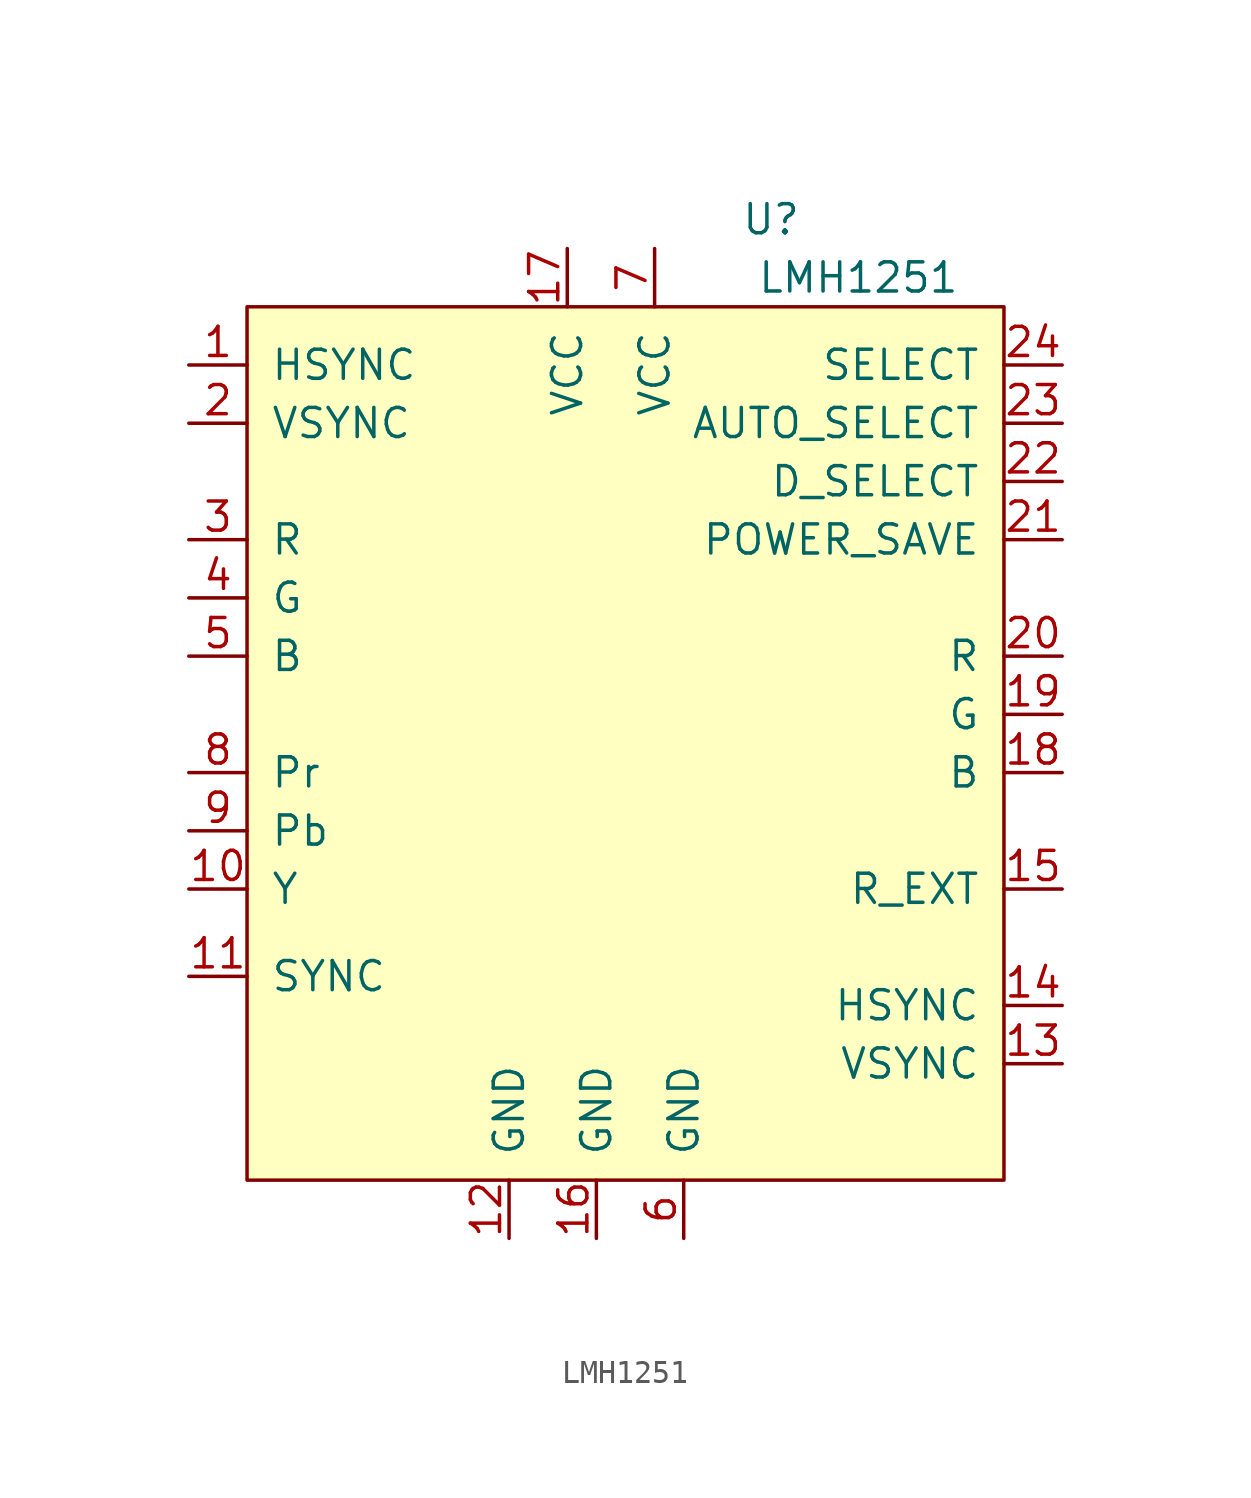
<source format=kicad_sym>
(kicad_symbol_lib
  (version 20211014)
  (generator kicad_symbol_editor)
  (symbol "LMH1251"
    (pin_names
      (offset 1.016))
    (property "Reference" "U"
      (at 6.35 11.43 0)
      (effects (font (size 1.27 1.27))))
    (property "Value" "LMH1251"
      (at 10.16 8.89 0)
      (effects (font (size 1.27 1.27))))
    (symbol "LMH1251_0_1"
      (rectangle (start -16.51 7.62) (end 16.51 -30.48) (stroke (width 0) (type default) (color 0 0 0 0)) (fill (type background))))
    (symbol "LMH1251_1_1"
      (pin input line (at -19.05 5.08 0) (length 2.54) (name "HSYNC" (effects (font (size 1.27 1.27)))) (number "1" (effects (font (size 1.27 1.27)))))
      (pin input line (at -19.05 -17.78 0) (length 2.54) (name "Y" (effects (font (size 1.27 1.27)))) (number "10" (effects (font (size 1.27 1.27)))))
      (pin input line (at -19.05 -21.59 0) (length 2.54) (name "SYNC" (effects (font (size 1.27 1.27)))) (number "11" (effects (font (size 1.27 1.27)))))
      (pin power_in line (at -5.08 -33.02 90) (length 2.54) (name "GND" (effects (font (size 1.27 1.27)))) (number "12" (effects (font (size 1.27 1.27)))))
      (pin output line (at 19.05 -25.4 180) (length 2.54) (name "VSYNC" (effects (font (size 1.27 1.27)))) (number "13" (effects (font (size 1.27 1.27)))))
      (pin output line (at 19.05 -22.86 180) (length 2.54) (name "HSYNC" (effects (font (size 1.27 1.27)))) (number "14" (effects (font (size 1.27 1.27)))))
      (pin output line (at 19.05 -17.78 180) (length 2.54) (name "R_EXT" (effects (font (size 1.27 1.27)))) (number "15" (effects (font (size 1.27 1.27)))))
      (pin power_in line (at -1.27 -33.02 90) (length 2.54) (name "GND" (effects (font (size 1.27 1.27)))) (number "16" (effects (font (size 1.27 1.27)))))
      (pin power_in line (at -2.54 10.16 270) (length 2.54) (name "VCC" (effects (font (size 1.27 1.27)))) (number "17" (effects (font (size 1.27 1.27)))))
      (pin output line (at 19.05 -12.7 180) (length 2.54) (name "B" (effects (font (size 1.27 1.27)))) (number "18" (effects (font (size 1.27 1.27)))))
      (pin output line (at 19.05 -10.16 180) (length 2.54) (name "G" (effects (font (size 1.27 1.27)))) (number "19" (effects (font (size 1.27 1.27)))))
      (pin input line (at -19.05 2.54 0) (length 2.54) (name "VSYNC" (effects (font (size 1.27 1.27)))) (number "2" (effects (font (size 1.27 1.27)))))
      (pin output line (at 19.05 -7.62 180) (length 2.54) (name "R" (effects (font (size 1.27 1.27)))) (number "20" (effects (font (size 1.27 1.27)))))
      (pin input line (at 19.05 -2.54 180) (length 2.54) (name "POWER_SAVE" (effects (font (size 1.27 1.27)))) (number "21" (effects (font (size 1.27 1.27)))))
      (pin input line (at 19.05 0 180) (length 2.54) (name "D_SELECT" (effects (font (size 1.27 1.27)))) (number "22" (effects (font (size 1.27 1.27)))))
      (pin input line (at 19.05 2.54 180) (length 2.54) (name "AUTO_SELECT" (effects (font (size 1.27 1.27)))) (number "23" (effects (font (size 1.27 1.27)))))
      (pin input line (at 19.05 5.08 180) (length 2.54) (name "SELECT" (effects (font (size 1.27 1.27)))) (number "24" (effects (font (size 1.27 1.27)))))
      (pin input line (at -19.05 -2.54 0) (length 2.54) (name "R" (effects (font (size 1.27 1.27)))) (number "3" (effects (font (size 1.27 1.27)))))
      (pin input line (at -19.05 -5.08 0) (length 2.54) (name "G" (effects (font (size 1.27 1.27)))) (number "4" (effects (font (size 1.27 1.27)))))
      (pin input line (at -19.05 -7.62 0) (length 2.54) (name "B" (effects (font (size 1.27 1.27)))) (number "5" (effects (font (size 1.27 1.27)))))
      (pin power_in line (at 2.54 -33.02 90) (length 2.54) (name "GND" (effects (font (size 1.27 1.27)))) (number "6" (effects (font (size 1.27 1.27)))))
      (pin power_in line (at 1.27 10.16 270) (length 2.54) (name "VCC" (effects (font (size 1.27 1.27)))) (number "7" (effects (font (size 1.27 1.27)))))
      (pin input line (at -19.05 -12.7 0) (length 2.54) (name "Pr" (effects (font (size 1.27 1.27)))) (number "8" (effects (font (size 1.27 1.27)))))
      (pin input line (at -19.05 -15.24 0) (length 2.54) (name "Pb" (effects (font (size 1.27 1.27)))) (number "9" (effects (font (size 1.27 1.27))))))))
</source>
